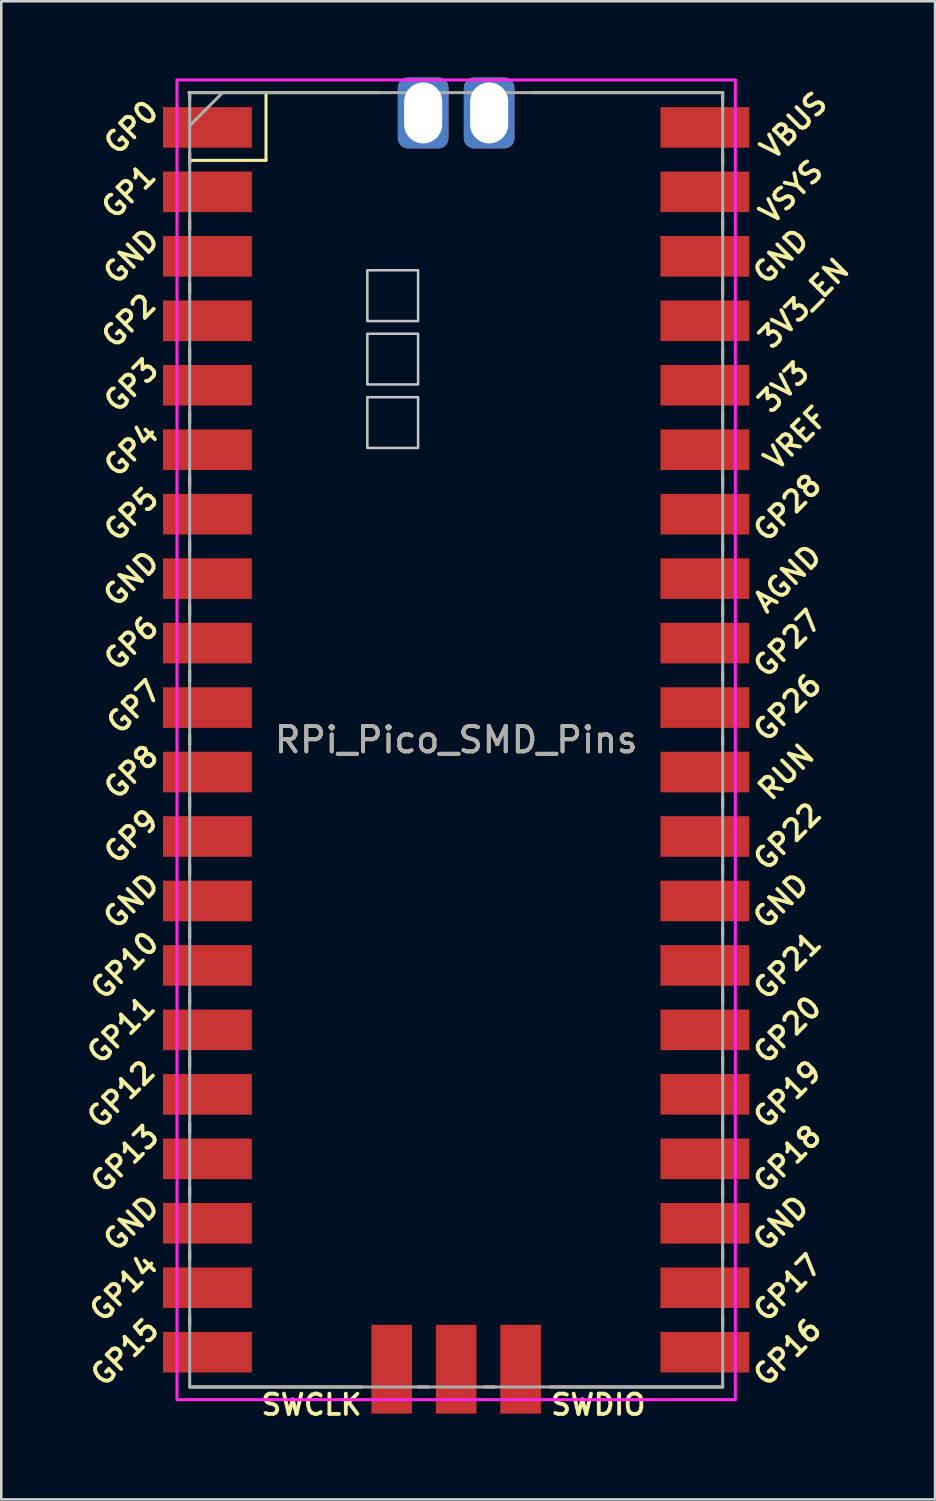
<source format=kicad_pcb>
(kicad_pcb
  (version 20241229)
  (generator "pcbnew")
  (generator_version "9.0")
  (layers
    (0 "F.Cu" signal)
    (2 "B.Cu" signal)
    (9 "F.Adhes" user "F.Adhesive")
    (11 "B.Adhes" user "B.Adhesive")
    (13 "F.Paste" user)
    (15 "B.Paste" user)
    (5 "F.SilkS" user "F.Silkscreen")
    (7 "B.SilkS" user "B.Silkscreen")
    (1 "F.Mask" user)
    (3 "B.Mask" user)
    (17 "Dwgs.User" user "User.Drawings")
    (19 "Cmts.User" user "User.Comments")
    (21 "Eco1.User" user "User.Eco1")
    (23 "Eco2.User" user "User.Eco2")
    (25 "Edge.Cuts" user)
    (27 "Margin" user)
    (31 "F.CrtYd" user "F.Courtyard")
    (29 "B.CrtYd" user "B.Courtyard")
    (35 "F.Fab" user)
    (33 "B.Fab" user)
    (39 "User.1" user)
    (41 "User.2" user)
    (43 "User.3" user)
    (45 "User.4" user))
  (footprint "RPi_Pico_SMD_Pins"
    (layer "F.Cu")
    (at 14.924 26.1)
    (property "Reference" "RPi_Pico_SMD_Pins" (at 0 0 0) (layer "F.SilkS") (effects (font (size 1 1) (thickness 0.15))))
    (attr through_hole)
    (fp_line (start -10.5 -25.5) (end -10.5 -25.2) (stroke (width 0.12) (type solid)) (layer "F.SilkS"))
    (fp_line (start -10.5 -23.1) (end -10.5 -22.7) (stroke (width 0.12) (type solid)) (layer "F.SilkS"))
    (fp_line (start -10.5 -22.833) (end -7.493 -22.833) (stroke (width 0.12) (type solid)) (layer "F.SilkS"))
    (fp_line (start -10.5 -20.5) (end -10.5 -20.1) (stroke (width 0.12) (type solid)) (layer "F.SilkS"))
    (fp_line (start -10.5 -18) (end -10.5 -17.6) (stroke (width 0.12) (type solid)) (layer "F.SilkS"))
    (fp_line (start -10.5 -15.4) (end -10.5 -15) (stroke (width 0.12) (type solid)) (layer "F.SilkS"))
    (fp_line (start -10.5 -12.9) (end -10.5 -12.5) (stroke (width 0.12) (type solid)) (layer "F.SilkS"))
    (fp_line (start -10.5 -10.4) (end -10.5 -10) (stroke (width 0.12) (type solid)) (layer "F.SilkS"))
    (fp_line (start -10.5 -7.8) (end -10.5 -7.4) (stroke (width 0.12) (type solid)) (layer "F.SilkS"))
    (fp_line (start -10.5 -5.3) (end -10.5 -4.9) (stroke (width 0.12) (type solid)) (layer "F.SilkS"))
    (fp_line (start -10.5 -2.7) (end -10.5 -2.3) (stroke (width 0.12) (type solid)) (layer "F.SilkS"))
    (fp_line (start -10.5 -0.2) (end -10.5 0.2) (stroke (width 0.12) (type solid)) (layer "F.SilkS"))
    (fp_line (start -10.5 2.3) (end -10.5 2.7) (stroke (width 0.12) (type solid)) (layer "F.SilkS"))
    (fp_line (start -10.5 4.9) (end -10.5 5.3) (stroke (width 0.12) (type solid)) (layer "F.SilkS"))
    (fp_line (start -10.5 7.4) (end -10.5 7.8) (stroke (width 0.12) (type solid)) (layer "F.SilkS"))
    (fp_line (start -10.5 10) (end -10.5 10.4) (stroke (width 0.12) (type solid)) (layer "F.SilkS"))
    (fp_line (start -10.5 12.5) (end -10.5 12.9) (stroke (width 0.12) (type solid)) (layer "F.SilkS"))
    (fp_line (start -10.5 15.1) (end -10.5 15.5) (stroke (width 0.12) (type solid)) (layer "F.SilkS"))
    (fp_line (start -10.5 17.6) (end -10.5 18) (stroke (width 0.12) (type solid)) (layer "F.SilkS"))
    (fp_line (start -10.5 20.1) (end -10.5 20.5) (stroke (width 0.12) (type solid)) (layer "F.SilkS"))
    (fp_line (start -10.5 22.7) (end -10.5 23.1) (stroke (width 0.12) (type solid)) (layer "F.SilkS"))
    (fp_line (start -7.493 -22.833) (end -7.493 -25.5) (stroke (width 0.12) (type solid)) (layer "F.SilkS"))
    (fp_line (start -3.7 25.5) (end -10.5 25.5) (stroke (width 0.12) (type solid)) (layer "F.SilkS"))
    (fp_line (start -3 -25.5) (end -10.53 -25.5) (stroke (width 0.12) (type solid)) (layer "F.SilkS"))
    (fp_line (start -1.5 25.5) (end -1.1 25.5) (stroke (width 0.12) (type solid)) (layer "F.SilkS"))
    (fp_line (start 1.1 25.5) (end 1.5 25.5) (stroke (width 0.12) (type solid)) (layer "F.SilkS"))
    (fp_line (start 10.47 -25.5) (end 3 -25.5) (stroke (width 0.12) (type solid)) (layer "F.SilkS"))
    (fp_line (start 10.5 -25.5) (end 10.5 -25.2) (stroke (width 0.12) (type solid)) (layer "F.SilkS"))
    (fp_line (start 10.5 -23.1) (end 10.5 -22.7) (stroke (width 0.12) (type solid)) (layer "F.SilkS"))
    (fp_line (start 10.5 -20.5) (end 10.5 -20.1) (stroke (width 0.12) (type solid)) (layer "F.SilkS"))
    (fp_line (start 10.5 -18) (end 10.5 -17.6) (stroke (width 0.12) (type solid)) (layer "F.SilkS"))
    (fp_line (start 10.5 -15.4) (end 10.5 -15) (stroke (width 0.12) (type solid)) (layer "F.SilkS"))
    (fp_line (start 10.5 -12.9) (end 10.5 -12.5) (stroke (width 0.12) (type solid)) (layer "F.SilkS"))
    (fp_line (start 10.5 -10.4) (end 10.5 -10) (stroke (width 0.12) (type solid)) (layer "F.SilkS"))
    (fp_line (start 10.5 -7.8) (end 10.5 -7.4) (stroke (width 0.12) (type solid)) (layer "F.SilkS"))
    (fp_line (start 10.5 -5.3) (end 10.5 -4.9) (stroke (width 0.12) (type solid)) (layer "F.SilkS"))
    (fp_line (start 10.5 -2.7) (end 10.5 -2.3) (stroke (width 0.12) (type solid)) (layer "F.SilkS"))
    (fp_line (start 10.5 -0.2) (end 10.5 0.2) (stroke (width 0.12) (type solid)) (layer "F.SilkS"))
    (fp_line (start 10.5 2.3) (end 10.5 2.7) (stroke (width 0.12) (type solid)) (layer "F.SilkS"))
    (fp_line (start 10.5 4.9) (end 10.5 5.3) (stroke (width 0.12) (type solid)) (layer "F.SilkS"))
    (fp_line (start 10.5 7.4) (end 10.5 7.8) (stroke (width 0.12) (type solid)) (layer "F.SilkS"))
    (fp_line (start 10.5 10) (end 10.5 10.4) (stroke (width 0.12) (type solid)) (layer "F.SilkS"))
    (fp_line (start 10.5 12.5) (end 10.5 12.9) (stroke (width 0.12) (type solid)) (layer "F.SilkS"))
    (fp_line (start 10.5 15.1) (end 10.5 15.5) (stroke (width 0.12) (type solid)) (layer "F.SilkS"))
    (fp_line (start 10.5 17.6) (end 10.5 18) (stroke (width 0.12) (type solid)) (layer "F.SilkS"))
    (fp_line (start 10.5 20.1) (end 10.5 20.5) (stroke (width 0.12) (type solid)) (layer "F.SilkS"))
    (fp_line (start 10.5 22.7) (end 10.5 23.1) (stroke (width 0.12) (type solid)) (layer "F.SilkS"))
    (fp_line (start 10.5 25.5) (end 3.7 25.5) (stroke (width 0.12) (type solid)) (layer "F.SilkS"))
    (fp_poly (pts (xy -1.5 -16.5) (xy -3.5 -16.5) (xy -3.5 -18.5) (xy -1.5 -18.5)) (stroke (width 0.1) (type solid)) (fill no) (layer "Dwgs.User"))
    (fp_poly (pts (xy -1.5 -14) (xy -3.5 -14) (xy -3.5 -16) (xy -1.5 -16)) (stroke (width 0.1) (type solid)) (fill no) (layer "Dwgs.User"))
    (fp_poly (pts (xy -1.5 -11.5) (xy -3.5 -11.5) (xy -3.5 -13.5) (xy -1.5 -13.5)) (stroke (width 0.1) (type solid)) (fill no) (layer "Dwgs.User"))
    (fp_line (start -11 -26) (end 11 -26) (stroke (width 0.12) (type solid)) (layer "F.CrtYd"))
    (fp_line (start -11 26) (end -11 -26) (stroke (width 0.12) (type solid)) (layer "F.CrtYd"))
    (fp_line (start 11 -26) (end 11 26) (stroke (width 0.12) (type solid)) (layer "F.CrtYd"))
    (fp_line (start 11 26) (end -11 26) (stroke (width 0.12) (type solid)) (layer "F.CrtYd"))
    (fp_line (start -10.5 -25.5) (end 10.5 -25.5) (stroke (width 0.12) (type solid)) (layer "F.Fab"))
    (fp_line (start -10.5 -24.2) (end -9.2 -25.5) (stroke (width 0.12) (type solid)) (layer "F.Fab"))
    (fp_line (start -10.5 25.5) (end -10.5 -25.5) (stroke (width 0.12) (type solid)) (layer "F.Fab"))
    (fp_line (start 10.5 -25.5) (end 10.5 25.5) (stroke (width 0.12) (type solid)) (layer "F.Fab"))
    (fp_line (start 10.5 25.5) (end -10.5 25.5) (stroke (width 0.12) (type solid)) (layer "F.Fab"))
    (fp_text user "AGND" (at 13.054 -6.35 45) (layer "F.SilkS") (effects (font (size 0.8 0.8) (thickness 0.15))))
    (fp_text user "RUN" (at 13 1.27 45) (layer "F.SilkS") (effects (font (size 0.8 0.8) (thickness 0.15))))
    (fp_text user "GP20" (at 13.054 11.43 45) (layer "F.SilkS") (effects (font (size 0.8 0.8) (thickness 0.15))))
    (fp_text user "GND" (at 12.8 6.35 45) (layer "F.SilkS") (effects (font (size 0.8 0.8) (thickness 0.15))))
    (fp_text user "VREF" (at 13.375 -11.889 45) (layer "F.SilkS") (effects (font (size 0.8 0.8) (thickness 0.15))))
    (fp_text user "GND" (at 12.8 -19.05 45) (layer "F.SilkS") (effects (font (size 0.8 0.8) (thickness 0.15))))
    (fp_text user "GP22" (at 13.054 3.81 45) (layer "F.SilkS") (effects (font (size 0.8 0.8) (thickness 0.15))))
    (fp_text user "GP21" (at 13.054 8.9 45) (layer "F.SilkS") (effects (font (size 0.8 0.8) (thickness 0.15))))
    (fp_text user "GP18" (at 13.054 16.51 45) (layer "F.SilkS") (effects (font (size 0.8 0.8) (thickness 0.15))))
    (fp_text user "GP28" (at 13.054 -9.144 45) (layer "F.SilkS") (effects (font (size 0.8 0.8) (thickness 0.15))))
    (fp_text user "GP5" (at -12.8 -8.89 45) (layer "F.SilkS") (effects (font (size 0.8 0.8) (thickness 0.15))))
    (fp_text user "GP17" (at 13.054 21.59 45) (layer "F.SilkS") (effects (font (size 0.8 0.8) (thickness 0.15))))
    (fp_text user "GP16" (at 13.054 24.13 45) (layer "F.SilkS") (effects (font (size 0.8 0.8) (thickness 0.15))))
    (fp_text user "GP27" (at 13.054 -3.8 45) (layer "F.SilkS") (effects (font (size 0.8 0.8) (thickness 0.15))))
    (fp_text user "GP12" (at -13.2 13.97 45) (layer "F.SilkS") (effects (font (size 0.8 0.8) (thickness 0.15))))
    (fp_text user "GP13" (at -13.054 16.51 45) (layer "F.SilkS") (effects (font (size 0.8 0.8) (thickness 0.15))))
    (fp_text user "GND" (at -12.8 -6.35 45) (layer "F.SilkS") (effects (font (size 0.8 0.8) (thickness 0.15))))
    (fp_text user "GP11" (at -13.2 11.43 45) (layer "F.SilkS") (effects (font (size 0.8 0.8) (thickness 0.15))))
    (fp_text user "VBUS" (at 13.3 -24.2 45) (layer "F.SilkS") (effects (font (size 0.8 0.8) (thickness 0.15))))
    (fp_text user "GP0" (at -12.8 -24.13 45) (layer "F.SilkS") (effects (font (size 0.8 0.8) (thickness 0.15))))
    (fp_text user "GP10" (at -13.054 8.89 45) (layer "F.SilkS") (effects (font (size 0.8 0.8) (thickness 0.15))))
    (fp_text user "GP19" (at 13.054 13.97 45) (layer "F.SilkS") (effects (font (size 0.8 0.8) (thickness 0.15))))
    (fp_text user "GP26" (at 13.054 -1.27 45) (layer "F.SilkS") (effects (font (size 0.8 0.8) (thickness 0.15))))
    (fp_text user "GP3" (at -12.8 -13.97 45) (layer "F.SilkS") (effects (font (size 0.8 0.8) (thickness 0.15))))
    (fp_text user "GND" (at -12.8 19.05 45) (layer "F.SilkS") (effects (font (size 0.8 0.8) (thickness 0.15))))
    (fp_text user "GP6" (at -12.8 -3.81 45) (layer "F.SilkS") (effects (font (size 0.8 0.8) (thickness 0.15))))
    (fp_text user "SWCLK" (at -5.7 26.2 0) (layer "F.SilkS") (effects (font (size 0.8 0.8) (thickness 0.15))))
    (fp_text user "VSYS" (at 13.2 -21.59 45) (layer "F.SilkS") (effects (font (size 0.8 0.8) (thickness 0.15))))
    (fp_text user "GND" (at -12.8 6.35 45) (layer "F.SilkS") (effects (font (size 0.8 0.8) (thickness 0.15))))
    (fp_text user "GP15" (at -13.054 24.13 45) (layer "F.SilkS") (effects (font (size 0.8 0.8) (thickness 0.15))))
    (fp_text user "GND" (at 12.8 19.05 45) (layer "F.SilkS") (effects (font (size 0.8 0.8) (thickness 0.15))))
    (fp_text user "GP1" (at -12.9 -21.6 45) (layer "F.SilkS") (effects (font (size 0.8 0.8) (thickness 0.15))))
    (fp_text user "3V3_EN" (at 13.7 -17.2 45) (layer "F.SilkS") (effects (font (size 0.8 0.8) (thickness 0.15))))
    (fp_text user "GP4" (at -12.8 -11.43 45) (layer "F.SilkS") (effects (font (size 0.8 0.8) (thickness 0.15))))
    (fp_text user "GP9" (at -12.8 3.81 45) (layer "F.SilkS") (effects (font (size 0.8 0.8) (thickness 0.15))))
    (fp_text user "SWDIO" (at 5.6 26.2 0) (layer "F.SilkS") (effects (font (size 0.8 0.8) (thickness 0.15))))
    (fp_text user "GP14" (at -13.1 21.59 45) (layer "F.SilkS") (effects (font (size 0.8 0.8) (thickness 0.15))))
    (fp_text user "GP7" (at -12.7 -1.3 45) (layer "F.SilkS") (effects (font (size 0.8 0.8) (thickness 0.15))))
    (fp_text user "GP8" (at -12.8 1.27 45) (layer "F.SilkS") (effects (font (size 0.8 0.8) (thickness 0.15))))
    (fp_text user "GND" (at -12.8 -19.05 45) (layer "F.SilkS") (effects (font (size 0.8 0.8) (thickness 0.15))))
    (fp_text user "GP2" (at -12.9 -16.51 45) (layer "F.SilkS") (effects (font (size 0.8 0.8) (thickness 0.15))))
    (fp_text user "3V3" (at 12.9 -13.9 45) (layer "F.SilkS") (effects (font (size 0.8 0.8) (thickness 0.15))))
    (fp_text user "${REFERENCE}" (at 0 0 180) (layer "F.Fab") (effects (font (size 1 1) (thickness 0.15))))
    (pad "1" smd rect (at -9.8 -24.13) (size 3.5 1.6) (layers "F.Cu" "F.Mask"))
    (pad "2" smd rect (at -9.8 -21.59) (size 3.5 1.6) (layers "F.Cu" "F.Mask"))
    (pad "3" smd rect (at -9.8 -19.05) (size 3.5 1.6) (layers "F.Cu" "F.Mask"))
    (pad "4" smd rect (at -9.8 -16.51) (size 3.5 1.6) (layers "F.Cu" "F.Mask"))
    (pad "5" smd rect (at -9.8 -13.97) (size 3.5 1.6) (layers "F.Cu" "F.Mask"))
    (pad "6" smd rect (at -9.8 -11.43) (size 3.5 1.6) (layers "F.Cu" "F.Mask"))
    (pad "7" smd rect (at -9.8 -8.89) (size 3.5 1.6) (layers "F.Cu" "F.Mask"))
    (pad "8" smd rect (at -9.8 -6.35) (size 3.5 1.6) (layers "F.Cu" "F.Mask"))
    (pad "9" smd rect (at -9.8 -3.81) (size 3.5 1.6) (layers "F.Cu" "F.Mask"))
    (pad "10" smd rect (at -9.8 -1.27) (size 3.5 1.6) (layers "F.Cu" "F.Mask"))
    (pad "11" smd rect (at -9.8 1.27) (size 3.5 1.6) (layers "F.Cu" "F.Mask"))
    (pad "12" smd rect (at -9.8 3.81) (size 3.5 1.6) (layers "F.Cu" "F.Mask"))
    (pad "13" smd rect (at -9.8 6.35) (size 3.5 1.6) (layers "F.Cu" "F.Mask"))
    (pad "14" smd rect (at -9.8 8.89) (size 3.5 1.6) (layers "F.Cu" "F.Mask"))
    (pad "15" smd rect (at -9.8 11.43) (size 3.5 1.6) (layers "F.Cu" "F.Mask"))
    (pad "16" smd rect (at -9.8 13.97) (size 3.5 1.6) (layers "F.Cu" "F.Mask"))
    (pad "17" smd rect (at -9.8 16.51) (size 3.5 1.6) (layers "F.Cu" "F.Mask"))
    (pad "18" smd rect (at -9.8 19.05) (size 3.5 1.6) (layers "F.Cu" "F.Mask"))
    (pad "19" smd rect (at -9.8 21.59) (size 3.5 1.6) (layers "F.Cu" "F.Mask"))
    (pad "20" smd rect (at -9.8 24.13) (size 3.5 1.6) (layers "F.Cu" "F.Mask"))
    (pad "21" smd rect (at 9.8 24.13) (size 3.5 1.6) (layers "F.Cu" "F.Mask"))
    (pad "22" smd rect (at 9.8 21.59) (size 3.5 1.6) (layers "F.Cu" "F.Mask"))
    (pad "23" smd rect (at 9.8 19.05) (size 3.5 1.6) (layers "F.Cu" "F.Mask"))
    (pad "24" smd rect (at 9.8 16.51) (size 3.5 1.6) (layers "F.Cu" "F.Mask"))
    (pad "25" smd rect (at 9.8 13.97) (size 3.5 1.6) (layers "F.Cu" "F.Mask"))
    (pad "26" smd rect (at 9.8 11.43) (size 3.5 1.6) (layers "F.Cu" "F.Mask"))
    (pad "27" smd rect (at 9.8 8.89) (size 3.5 1.6) (layers "F.Cu" "F.Mask"))
    (pad "28" smd rect (at 9.8 6.35) (size 3.5 1.6) (layers "F.Cu" "F.Mask"))
    (pad "29" smd rect (at 9.8 3.81) (size 3.5 1.6) (layers "F.Cu" "F.Mask"))
    (pad "30" smd rect (at 9.8 1.27) (size 3.5 1.6) (layers "F.Cu" "F.Mask"))
    (pad "31" smd rect (at 9.8 -1.27) (size 3.5 1.6) (layers "F.Cu" "F.Mask"))
    (pad "32" smd rect (at 9.8 -3.81) (size 3.5 1.6) (layers "F.Cu" "F.Mask"))
    (pad "33" smd rect (at 9.8 -6.35) (size 3.5 1.6) (layers "F.Cu" "F.Mask"))
    (pad "34" smd rect (at 9.8 -8.89) (size 3.5 1.6) (layers "F.Cu" "F.Mask"))
    (pad "35" smd rect (at 9.8 -11.43) (size 3.5 1.6) (layers "F.Cu" "F.Mask"))
    (pad "36" smd rect (at 9.8 -13.97) (size 3.5 1.6) (layers "F.Cu" "F.Mask"))
    (pad "37" smd rect (at 9.8 -16.51) (size 3.5 1.6) (layers "F.Cu" "F.Mask"))
    (pad "38" smd rect (at 9.8 -19.05) (size 3.5 1.6) (layers "F.Cu" "F.Mask"))
    (pad "39" smd rect (at 9.8 -21.59) (size 3.5 1.6) (layers "F.Cu" "F.Mask"))
    (pad "40" smd rect (at 9.8 -24.13) (size 3.5 1.6) (layers "F.Cu" "F.Mask"))
    (pad "41" smd rect (at -2.54 24.8 90) (size 3.5 1.6) (layers "F.Cu" "F.Mask"))
    (pad "42" smd rect (at 0 24.8 90) (size 3.5 1.6) (layers "F.Cu" "F.Mask"))
    (pad "43" smd rect (at 2.54 24.8 90) (size 3.5 1.6) (layers "F.Cu" "F.Mask"))
    (pad "TP2" thru_hole roundrect (at 1.3 -24.7) (size 2 2.8) (drill oval 1.5 2.4) (layers "*.Cu" "*.Mask") (roundrect_rratio 0.2))
    (pad "TP3" thru_hole roundrect (at -1.3 -24.7) (size 2 2.8) (drill oval 1.5 2.4) (layers "*.Cu" "*.Mask") (roundrect_rratio 0.2)))
  (gr_rect
    (start -3 -3)
    (end 33.793 56.031)
    (stroke (width 0.1) (type default))
    (fill no)
    (layer "Edge.Cuts")))
</source>
